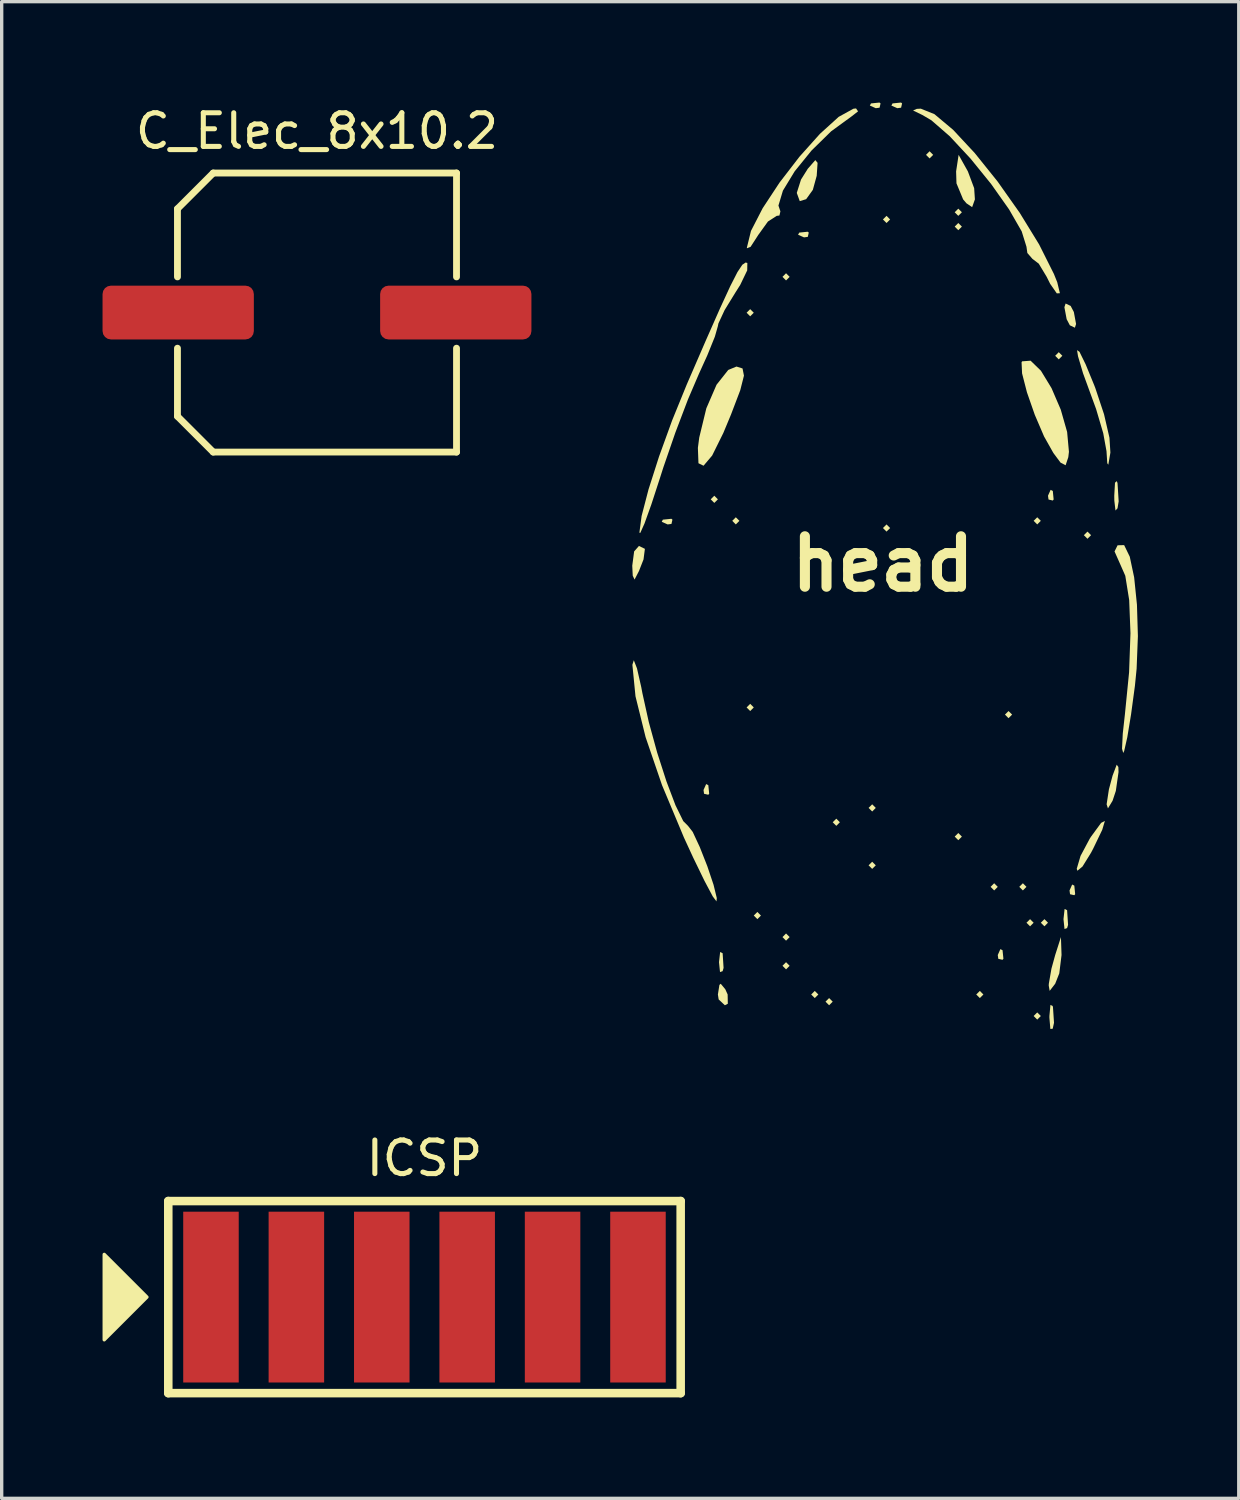
<source format=kicad_pcb>
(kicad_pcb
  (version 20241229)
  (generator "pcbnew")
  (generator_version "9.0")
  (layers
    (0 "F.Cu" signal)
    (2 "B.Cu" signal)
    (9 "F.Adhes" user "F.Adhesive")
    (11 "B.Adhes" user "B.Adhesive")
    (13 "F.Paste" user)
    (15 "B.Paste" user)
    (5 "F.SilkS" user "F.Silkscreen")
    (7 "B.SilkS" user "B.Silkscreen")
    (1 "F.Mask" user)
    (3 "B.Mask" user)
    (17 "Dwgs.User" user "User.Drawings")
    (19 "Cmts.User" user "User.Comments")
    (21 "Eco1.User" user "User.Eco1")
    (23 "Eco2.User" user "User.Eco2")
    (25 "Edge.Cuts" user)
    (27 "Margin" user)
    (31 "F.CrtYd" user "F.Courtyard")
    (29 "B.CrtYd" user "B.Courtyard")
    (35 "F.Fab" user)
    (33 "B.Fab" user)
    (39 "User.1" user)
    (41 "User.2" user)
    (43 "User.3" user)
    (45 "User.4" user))
  (footprint "ICSP"
    (layer "F.Cu")
    (at 9.575 35.529)
    (property "Reference" "ICSP" (at 0 -4.128 0) (layer "F.SilkS") (effects (font (size 1 1) (thickness 0.15))))
    (attr through_hole)
    (fp_line (start -7.62 -2.857) (end 7.62 -2.857) (stroke (width 0.254) (type solid)) (layer "F.SilkS"))
    (fp_line (start -7.62 2.857) (end -7.62 -2.857) (stroke (width 0.254) (type solid)) (layer "F.SilkS"))
    (fp_line (start 7.62 -2.857) (end 7.62 2.857) (stroke (width 0.254) (type solid)) (layer "F.SilkS"))
    (fp_line (start 7.62 2.857) (end -7.62 2.857) (stroke (width 0.254) (type solid)) (layer "F.SilkS"))
    (fp_poly (pts (xy -8.255 0) (xy -9.525 -1.27) (xy -9.525 1.27)) (stroke (width 0.1) (type solid)) (fill yes) (layer "F.SilkS"))
    (pad "1" smd rect (at -6.35 0) (size 1.651 5.08) (layers "F.Cu" "F.Mask"))
    (pad "2" smd rect (at -3.81 0) (size 1.651 5.08) (layers "F.Cu" "F.Mask"))
    (pad "3" smd rect (at -1.27 0) (size 1.651 5.08) (layers "F.Cu" "F.Mask"))
    (pad "4" smd rect (at 1.27 0) (size 1.651 5.08) (layers "F.Cu" "F.Mask"))
    (pad "5" smd rect (at 3.81 0) (size 1.651 5.08) (layers "F.Cu" "F.Mask"))
    (pad "6" smd rect (at 6.35 0) (size 1.651 5.08) (layers "F.Cu" "F.Mask")))
  (footprint "head"
    (layer "F.Cu")
    (at 23.211 13.722)
    (property "Reference" "head" (at 0 0 0) (layer "F.SilkS") (effects (font (size 1.5 1.5) (thickness 0.3))))
    (attr board_only exclude_from_pos_files exclude_from_bom)
    (fp_poly (pts (xy -4.909 -1.921) (xy -5.016 -1.814) (xy -5.123 -1.921) (xy -5.016 -2.028)) (stroke (width 0) (type solid)) (fill yes) (layer "F.SilkS"))
    (fp_poly (pts (xy -4.269 -1.281) (xy -4.376 -1.174) (xy -4.482 -1.281) (xy -4.376 -1.387)) (stroke (width 0) (type solid)) (fill yes) (layer "F.SilkS"))
    (fp_poly (pts (xy -3.842 -7.471) (xy -3.949 -7.364) (xy -4.055 -7.471) (xy -3.949 -7.577)) (stroke (width 0) (type solid)) (fill yes) (layer "F.SilkS"))
    (fp_poly (pts (xy -3.842 4.269) (xy -3.949 4.376) (xy -4.055 4.269) (xy -3.949 4.162)) (stroke (width 0) (type solid)) (fill yes) (layer "F.SilkS"))
    (fp_poly (pts (xy -3.629 10.459) (xy -3.735 10.566) (xy -3.842 10.459) (xy -3.735 10.352)) (stroke (width 0) (type solid)) (fill yes) (layer "F.SilkS"))
    (fp_poly (pts (xy -2.775 -8.538) (xy -2.882 -8.431) (xy -2.988 -8.538) (xy -2.882 -8.645)) (stroke (width 0) (type solid)) (fill yes) (layer "F.SilkS"))
    (fp_poly (pts (xy -2.775 11.099) (xy -2.882 11.206) (xy -2.988 11.099) (xy -2.882 10.992)) (stroke (width 0) (type solid)) (fill yes) (layer "F.SilkS"))
    (fp_poly (pts (xy -2.775 11.953) (xy -2.882 12.06) (xy -2.988 11.953) (xy -2.882 11.846)) (stroke (width 0) (type solid)) (fill yes) (layer "F.SilkS"))
    (fp_poly (pts (xy -1.921 12.807) (xy -2.028 12.913) (xy -2.134 12.807) (xy -2.028 12.7)) (stroke (width 0) (type solid)) (fill yes) (layer "F.SilkS"))
    (fp_poly (pts (xy -1.494 13.02) (xy -1.601 13.127) (xy -1.708 13.02) (xy -1.601 12.913)) (stroke (width 0) (type solid)) (fill yes) (layer "F.SilkS"))
    (fp_poly (pts (xy -1.281 7.684) (xy -1.387 7.791) (xy -1.494 7.684) (xy -1.387 7.577)) (stroke (width 0) (type solid)) (fill yes) (layer "F.SilkS"))
    (fp_poly (pts (xy -0.213 7.257) (xy -0.32 7.364) (xy -0.427 7.257) (xy -0.32 7.15)) (stroke (width 0) (type solid)) (fill yes) (layer "F.SilkS"))
    (fp_poly (pts (xy -0.213 8.965) (xy -0.32 9.071) (xy -0.427 8.965) (xy -0.32 8.858)) (stroke (width 0) (type solid)) (fill yes) (layer "F.SilkS"))
    (fp_poly (pts (xy 0.213 -10.245) (xy 0.107 -10.139) (xy 0 -10.245) (xy 0.107 -10.352)) (stroke (width 0) (type solid)) (fill yes) (layer "F.SilkS"))
    (fp_poly (pts (xy 0.213 -1.067) (xy 0.107 -0.961) (xy 0 -1.067) (xy 0.107 -1.174)) (stroke (width 0) (type solid)) (fill yes) (layer "F.SilkS"))
    (fp_poly (pts (xy 1.494 -12.166) (xy 1.387 -12.06) (xy 1.281 -12.166) (xy 1.387 -12.273)) (stroke (width 0) (type solid)) (fill yes) (layer "F.SilkS"))
    (fp_poly (pts (xy 2.348 -10.459) (xy 2.241 -10.352) (xy 2.134 -10.459) (xy 2.241 -10.566)) (stroke (width 0) (type solid)) (fill yes) (layer "F.SilkS"))
    (fp_poly (pts (xy 2.348 -10.032) (xy 2.241 -9.925) (xy 2.134 -10.032) (xy 2.241 -10.139)) (stroke (width 0) (type solid)) (fill yes) (layer "F.SilkS"))
    (fp_poly (pts (xy 2.348 8.111) (xy 2.241 8.218) (xy 2.134 8.111) (xy 2.241 8.004)) (stroke (width 0) (type solid)) (fill yes) (layer "F.SilkS"))
    (fp_poly (pts (xy 2.988 12.807) (xy 2.882 12.913) (xy 2.775 12.807) (xy 2.882 12.7)) (stroke (width 0) (type solid)) (fill yes) (layer "F.SilkS"))
    (fp_poly (pts (xy 3.415 9.605) (xy 3.308 9.712) (xy 3.202 9.605) (xy 3.308 9.498)) (stroke (width 0) (type solid)) (fill yes) (layer "F.SilkS"))
    (fp_poly (pts (xy 3.842 4.482) (xy 3.735 4.589) (xy 3.629 4.482) (xy 3.735 4.376)) (stroke (width 0) (type solid)) (fill yes) (layer "F.SilkS"))
    (fp_poly (pts (xy 4.269 9.605) (xy 4.162 9.712) (xy 4.055 9.605) (xy 4.162 9.498)) (stroke (width 0) (type solid)) (fill yes) (layer "F.SilkS"))
    (fp_poly (pts (xy 4.482 10.672) (xy 4.376 10.779) (xy 4.269 10.672) (xy 4.376 10.566)) (stroke (width 0) (type solid)) (fill yes) (layer "F.SilkS"))
    (fp_poly (pts (xy 4.696 -1.281) (xy 4.589 -1.174) (xy 4.482 -1.281) (xy 4.589 -1.387)) (stroke (width 0) (type solid)) (fill yes) (layer "F.SilkS"))
    (fp_poly (pts (xy 4.696 13.447) (xy 4.589 13.554) (xy 4.482 13.447) (xy 4.589 13.34)) (stroke (width 0) (type solid)) (fill yes) (layer "F.SilkS"))
    (fp_poly (pts (xy 4.909 10.672) (xy 4.803 10.779) (xy 4.696 10.672) (xy 4.803 10.566)) (stroke (width 0) (type solid)) (fill yes) (layer "F.SilkS"))
    (fp_poly (pts (xy 5.336 -6.19) (xy 5.229 -6.083) (xy 5.123 -6.19) (xy 5.229 -6.297)) (stroke (width 0) (type solid)) (fill yes) (layer "F.SilkS"))
    (fp_poly (pts (xy 6.19 -0.854) (xy 6.083 -0.747) (xy 5.976 -0.854) (xy 6.083 -0.961)) (stroke (width 0) (type solid)) (fill yes) (layer "F.SilkS"))
    (fp_poly (pts (xy -6.261 -1.316) (xy -6.29 -1.189) (xy -6.403 -1.174) (xy -6.579 -1.252) (xy -6.546 -1.316) (xy -6.292 -1.342)) (stroke (width 0) (type solid)) (fill yes) (layer "F.SilkS"))
    (fp_poly (pts (xy -5.194 6.581) (xy -5.168 6.835) (xy -5.194 6.866) (xy -5.321 6.837) (xy -5.336 6.724) (xy -5.258 6.548)) (stroke (width 0) (type solid)) (fill yes) (layer "F.SilkS"))
    (fp_poly (pts (xy -4.768 11.579) (xy -4.74 12.016) (xy -4.768 12.113) (xy -4.846 12.14) (xy -4.876 11.846) (xy -4.842 11.543)) (stroke (width 0) (type solid)) (fill yes) (layer "F.SilkS"))
    (fp_poly (pts (xy -2.206 -9.854) (xy -2.235 -9.727) (xy -2.348 -9.712) (xy -2.524 -9.79) (xy -2.49 -9.854) (xy -2.237 -9.88)) (stroke (width 0) (type solid)) (fill yes) (layer "F.SilkS"))
    (fp_poly (pts (xy -0.071 -13.696) (xy -0.1 -13.569) (xy -0.213 -13.554) (xy -0.389 -13.632) (xy -0.356 -13.696) (xy -0.102 -13.722)) (stroke (width 0) (type solid)) (fill yes) (layer "F.SilkS"))
    (fp_poly (pts (xy 0.569 -13.696) (xy 0.54 -13.569) (xy 0.427 -13.554) (xy 0.251 -13.632) (xy 0.285 -13.696) (xy 0.538 -13.722)) (stroke (width 0) (type solid)) (fill yes) (layer "F.SilkS"))
    (fp_poly (pts (xy 3.557 11.49) (xy 3.583 11.744) (xy 3.557 11.775) (xy 3.431 11.746) (xy 3.415 11.633) (xy 3.493 11.457)) (stroke (width 0) (type solid)) (fill yes) (layer "F.SilkS"))
    (fp_poly (pts (xy 5.052 -2.17) (xy 5.077 -1.917) (xy 5.052 -1.885) (xy 4.925 -1.915) (xy 4.909 -2.028) (xy 4.987 -2.203)) (stroke (width 0) (type solid)) (fill yes) (layer "F.SilkS"))
    (fp_poly (pts (xy 5.477 10.299) (xy 5.506 10.736) (xy 5.477 10.832) (xy 5.4 10.859) (xy 5.37 10.566) (xy 5.403 10.263)) (stroke (width 0) (type solid)) (fill yes) (layer "F.SilkS"))
    (fp_poly (pts (xy 5.692 9.569) (xy 5.717 9.823) (xy 5.692 9.854) (xy 5.565 9.825) (xy 5.55 9.712) (xy 5.628 9.536)) (stroke (width 0) (type solid)) (fill yes) (layer "F.SilkS"))
    (fp_poly (pts (xy -7.08 -0.448) (xy -7.121 -0.133) (xy -7.257 0.213) (xy -7.388 0.466) (xy -7.442 0.349) (xy -7.456 0.053) (xy -7.4 -0.372) (xy -7.257 -0.534)) (stroke (width 0) (type solid)) (fill yes) (layer "F.SilkS"))
    (fp_poly (pts (xy -4.688 12.653) (xy -4.619 12.807) (xy -4.614 13.082) (xy -4.702 13.127) (xy -4.886 12.954) (xy -4.909 12.807) (xy -4.864 12.522) (xy -4.825 12.487)) (stroke (width 0) (type solid)) (fill yes) (layer "F.SilkS"))
    (fp_poly (pts (xy 5.047 13.148) (xy 5.057 13.184) (xy 5.088 13.649) (xy 5.049 13.825) (xy 4.979 13.832) (xy 4.951 13.498) (xy 4.951 13.447) (xy 4.982 13.116)) (stroke (width 0) (type solid)) (fill yes) (layer "F.SilkS"))
    (fp_poly (pts (xy 5.583 -7.673) (xy 5.678 -7.492) (xy 5.744 -7.135) (xy 5.709 -7.025) (xy 5.559 -7.097) (xy 5.464 -7.278) (xy 5.397 -7.635) (xy 5.433 -7.745)) (stroke (width 0) (type solid)) (fill yes) (layer "F.SilkS"))
    (fp_poly (pts (xy 6.977 -2.401) (xy 7.011 -1.86) (xy 6.977 -1.654) (xy 6.916 -1.588) (xy 6.882 -1.883) (xy 6.88 -2.028) (xy 6.902 -2.416) (xy 6.957 -2.462)) (stroke (width 0) (type solid)) (fill yes) (layer "F.SilkS"))
    (fp_poly (pts (xy 2.526 -11.675) (xy 2.713 -11.175) (xy 2.735 -10.841) (xy 2.653 -10.611) (xy 2.484 -10.725) (xy 2.385 -10.841) (xy 2.187 -11.319) (xy 2.176 -11.674) (xy 2.251 -12.166)) (stroke (width 0) (type solid)) (fill yes) (layer "F.SilkS"))
    (fp_poly (pts (xy 5.312 11.633) (xy 5.245 12.178) (xy 5.123 12.487) (xy 4.959 12.699) (xy 4.931 12.541) (xy 4.934 12.487) (xy 5.011 12.041) (xy 5.123 11.633) (xy 5.294 11.099)) (stroke (width 0) (type solid)) (fill yes) (layer "F.SilkS"))
    (fp_poly (pts (xy 7.002 6.042) (xy 7.007 6.19) (xy 6.927 6.751) (xy 6.83 7.044) (xy 6.692 7.272) (xy 6.653 7.15) (xy 6.721 6.705) (xy 6.83 6.297) (xy 6.953 5.971)) (stroke (width 0) (type solid)) (fill yes) (layer "F.SilkS"))
    (fp_poly (pts (xy -1.944 -11.929) (xy -1.97 -11.543) (xy -2.085 -11.125) (xy -2.284 -10.848) (xy -2.474 -10.79) (xy -2.561 -11.029) (xy -2.561 -11.041) (xy -2.437 -11.431) (xy -2.236 -11.752) (xy -2.011 -12.01)) (stroke (width 0) (type solid)) (fill yes) (layer "F.SilkS"))
    (fp_poly (pts (xy 6.522 7.91) (xy 6.255 8.465) (xy 6.19 8.589) (xy 5.936 9) (xy 5.784 9.127) (xy 5.764 9.068) (xy 5.877 8.685) (xy 6.151 8.171) (xy 6.19 8.111) (xy 6.49 7.702) (xy 6.601 7.645)) (stroke (width 0) (type solid)) (fill yes) (layer "F.SilkS"))
    (fp_poly (pts (xy -4.176 -5.813) (xy -4.134 -5.599) (xy -4.244 -5.165) (xy -4.518 -4.445) (xy -4.747 -3.895) (xy -5.08 -3.222) (xy -5.336 -2.92) (xy -5.487 -2.994) (xy -5.504 -3.451) (xy -5.464 -3.758) (xy -5.253 -4.627) (xy -4.949 -5.329) (xy -4.601 -5.769) (xy -4.356 -5.87)) (stroke (width 0) (type solid)) (fill yes) (layer "F.SilkS"))
    (fp_poly (pts (xy 4.699 -5.745) (xy 5.014 -5.228) (xy 5.289 -4.588) (xy 5.478 -3.925) (xy 5.532 -3.334) (xy 5.513 -3.174) (xy 5.433 -2.934) (xy 5.283 -3.012) (xy 5.069 -3.299) (xy 4.792 -3.791) (xy 4.516 -4.435) (xy 4.283 -5.103) (xy 4.138 -5.667) (xy 4.123 -5.998) (xy 4.139 -6.025) (xy 4.392 -6.044)) (stroke (width 0) (type solid)) (fill yes) (layer "F.SilkS"))
    (fp_poly (pts (xy 5.846 -6.308) (xy 6.029 -5.935) (xy 6.283 -5.317) (xy 6.316 -5.232) (xy 6.576 -4.45) (xy 6.737 -3.753) (xy 6.765 -3.311) (xy 6.703 -2.95) (xy 6.672 -2.995) (xy 6.649 -3.354) (xy 6.552 -3.887) (xy 6.34 -4.605) (xy 6.19 -5.016) (xy 5.952 -5.668) (xy 5.802 -6.176) (xy 5.773 -6.358)) (stroke (width 0) (type solid)) (fill yes) (layer "F.SilkS"))
    (fp_poly (pts (xy 7.341 -0.215) (xy 7.472 0.402) (xy 7.555 1.215) (xy 7.583 2.146) (xy 7.545 3.119) (xy 7.495 3.622) (xy 7.38 4.474) (xy 7.268 5.155) (xy 7.176 5.56) (xy 7.147 5.624) (xy 7.111 5.497) (xy 7.133 5.049) (xy 7.197 4.471) (xy 7.321 3.223) (xy 7.362 2.062) (xy 7.324 1.076) (xy 7.208 0.353) (xy 7.063 0.023) (xy 6.888 -0.371) (xy 6.979 -0.554) (xy 7.174 -0.559)) (stroke (width 0) (type solid)) (fill yes) (layer "F.SilkS"))
    (fp_poly (pts (xy -0.74 -13.46) (xy -0.937 -13.307) (xy -1.539 -12.868) (xy -2.124 -12.295) (xy -2.625 -11.677) (xy -2.975 -11.102) (xy -3.108 -10.658) (xy -3.05 -10.485) (xy -3.079 -10.362) (xy -3.159 -10.352) (xy -3.421 -10.183) (xy -3.715 -9.774) (xy -3.72 -9.765) (xy -3.937 -9.43) (xy -4.045 -9.388) (xy -4.047 -9.407) (xy -3.925 -9.904) (xy -3.577 -10.58) (xy -3.073 -11.345) (xy -2.482 -12.112) (xy -1.873 -12.792) (xy -1.316 -13.297) (xy -0.879 -13.538) (xy -0.8 -13.547)) (stroke (width 0) (type solid)) (fill yes) (layer "F.SilkS"))
    (fp_poly (pts (xy -7.316 3.105) (xy -7.188 3.666) (xy -7.155 3.842) (xy -6.964 4.705) (xy -6.715 5.612) (xy -6.439 6.469) (xy -6.17 7.179) (xy -5.939 7.65) (xy -5.798 7.791) (xy -5.658 7.971) (xy -5.449 8.419) (xy -5.224 8.99) (xy -5.038 9.544) (xy -4.942 9.938) (xy -4.951 10.038) (xy -5.063 9.888) (xy -5.308 9.427) (xy -5.646 8.731) (xy -5.918 8.141) (xy -6.571 6.58) (xy -7.059 5.154) (xy -7.36 3.937) (xy -7.452 3.003) (xy -7.451 2.997) (xy -7.41 2.865)) (stroke (width 0) (type solid)) (fill yes) (layer "F.SilkS"))
    (fp_poly (pts (xy 1.531 -13.377) (xy 2.086 -12.912) (xy 2.731 -12.219) (xy 3.411 -11.372) (xy 4.068 -10.442) (xy 4.645 -9.502) (xy 5.084 -8.626) (xy 5.184 -8.378) (xy 5.263 -8.051) (xy 5.171 -8.046) (xy 4.973 -8.331) (xy 4.87 -8.538) (xy 4.634 -8.93) (xy 4.448 -9.071) (xy 4.295 -9.247) (xy 4.269 -9.433) (xy 4.127 -9.89) (xy 3.751 -10.544) (xy 3.218 -11.299) (xy 2.604 -12.056) (xy 1.985 -12.721) (xy 1.438 -13.196) (xy 1.174 -13.351) (xy 0.896 -13.486) (xy 1.007 -13.534) (xy 1.126 -13.54)) (stroke (width 0) (type solid)) (fill yes) (layer "F.SilkS"))
    (fp_poly (pts (xy -4.033 -8.951) (xy -4.037 -8.73) (xy -4.246 -8.296) (xy -4.386 -8.075) (xy -4.709 -7.549) (xy -4.894 -7.151) (xy -4.911 -7.067) (xy -4.999 -6.759) (xy -5.224 -6.202) (xy -5.472 -5.656) (xy -5.798 -4.895) (xy -6.175 -3.903) (xy -6.534 -2.862) (xy -6.63 -2.561) (xy -6.887 -1.772) (xy -7.092 -1.201) (xy -7.217 -0.922) (xy -7.244 -0.928) (xy -7.178 -1.425) (xy -6.973 -2.213) (xy -6.659 -3.195) (xy -6.269 -4.271) (xy -5.835 -5.336) (xy -5.27 -6.64) (xy -4.846 -7.6) (xy -4.54 -8.263) (xy -4.327 -8.68) (xy -4.183 -8.897) (xy -4.085 -8.964)) (stroke (width 0) (type solid)) (fill yes) (layer "F.SilkS")))
  (footprint "C_Elec_8x10.2"
    (layer "F.Cu")
    (at 6.378 6.246)
    (property "Reference" "C_Elec_8x10.2" (at 0 -5.397 0) (layer "F.SilkS") (effects (font (size 1 1) (thickness 0.15))))
    (attr smd)
    (fp_line (start -4.15 -3.086) (end -4.15 -1.06) (stroke (width 0.203) (type solid)) (layer "F.SilkS"))
    (fp_line (start -4.15 -3.086) (end -3.086 -4.15) (stroke (width 0.203) (type solid)) (layer "F.SilkS"))
    (fp_line (start -4.15 3.086) (end -4.15 1.06) (stroke (width 0.203) (type solid)) (layer "F.SilkS"))
    (fp_line (start -4.15 3.086) (end -3.086 4.15) (stroke (width 0.203) (type solid)) (layer "F.SilkS"))
    (fp_line (start -3.086 -4.15) (end 4.15 -4.15) (stroke (width 0.203) (type solid)) (layer "F.SilkS"))
    (fp_line (start -3.086 4.15) (end 4.15 4.15) (stroke (width 0.203) (type solid)) (layer "F.SilkS"))
    (fp_line (start 4.15 -4.15) (end 4.15 -1.06) (stroke (width 0.203) (type solid)) (layer "F.SilkS"))
    (fp_line (start 4.15 4.15) (end 4.15 1.06) (stroke (width 0.203) (type solid)) (layer "F.SilkS"))
    (pad "1" smd roundrect (at -4.128 0) (size 4.5 1.6) (layers "F.Cu" "F.Mask") (roundrect_rratio 0.156))
    (pad "2" smd roundrect (at 4.128 0) (size 4.5 1.6) (layers "F.Cu" "F.Mask") (roundrect_rratio 0.156)))
  (gr_rect
    (start -3 -3)
    (end 33.794 41.514)
    (stroke (width 0.1) (type default))
    (fill no)
    (layer "Edge.Cuts")))
</source>
